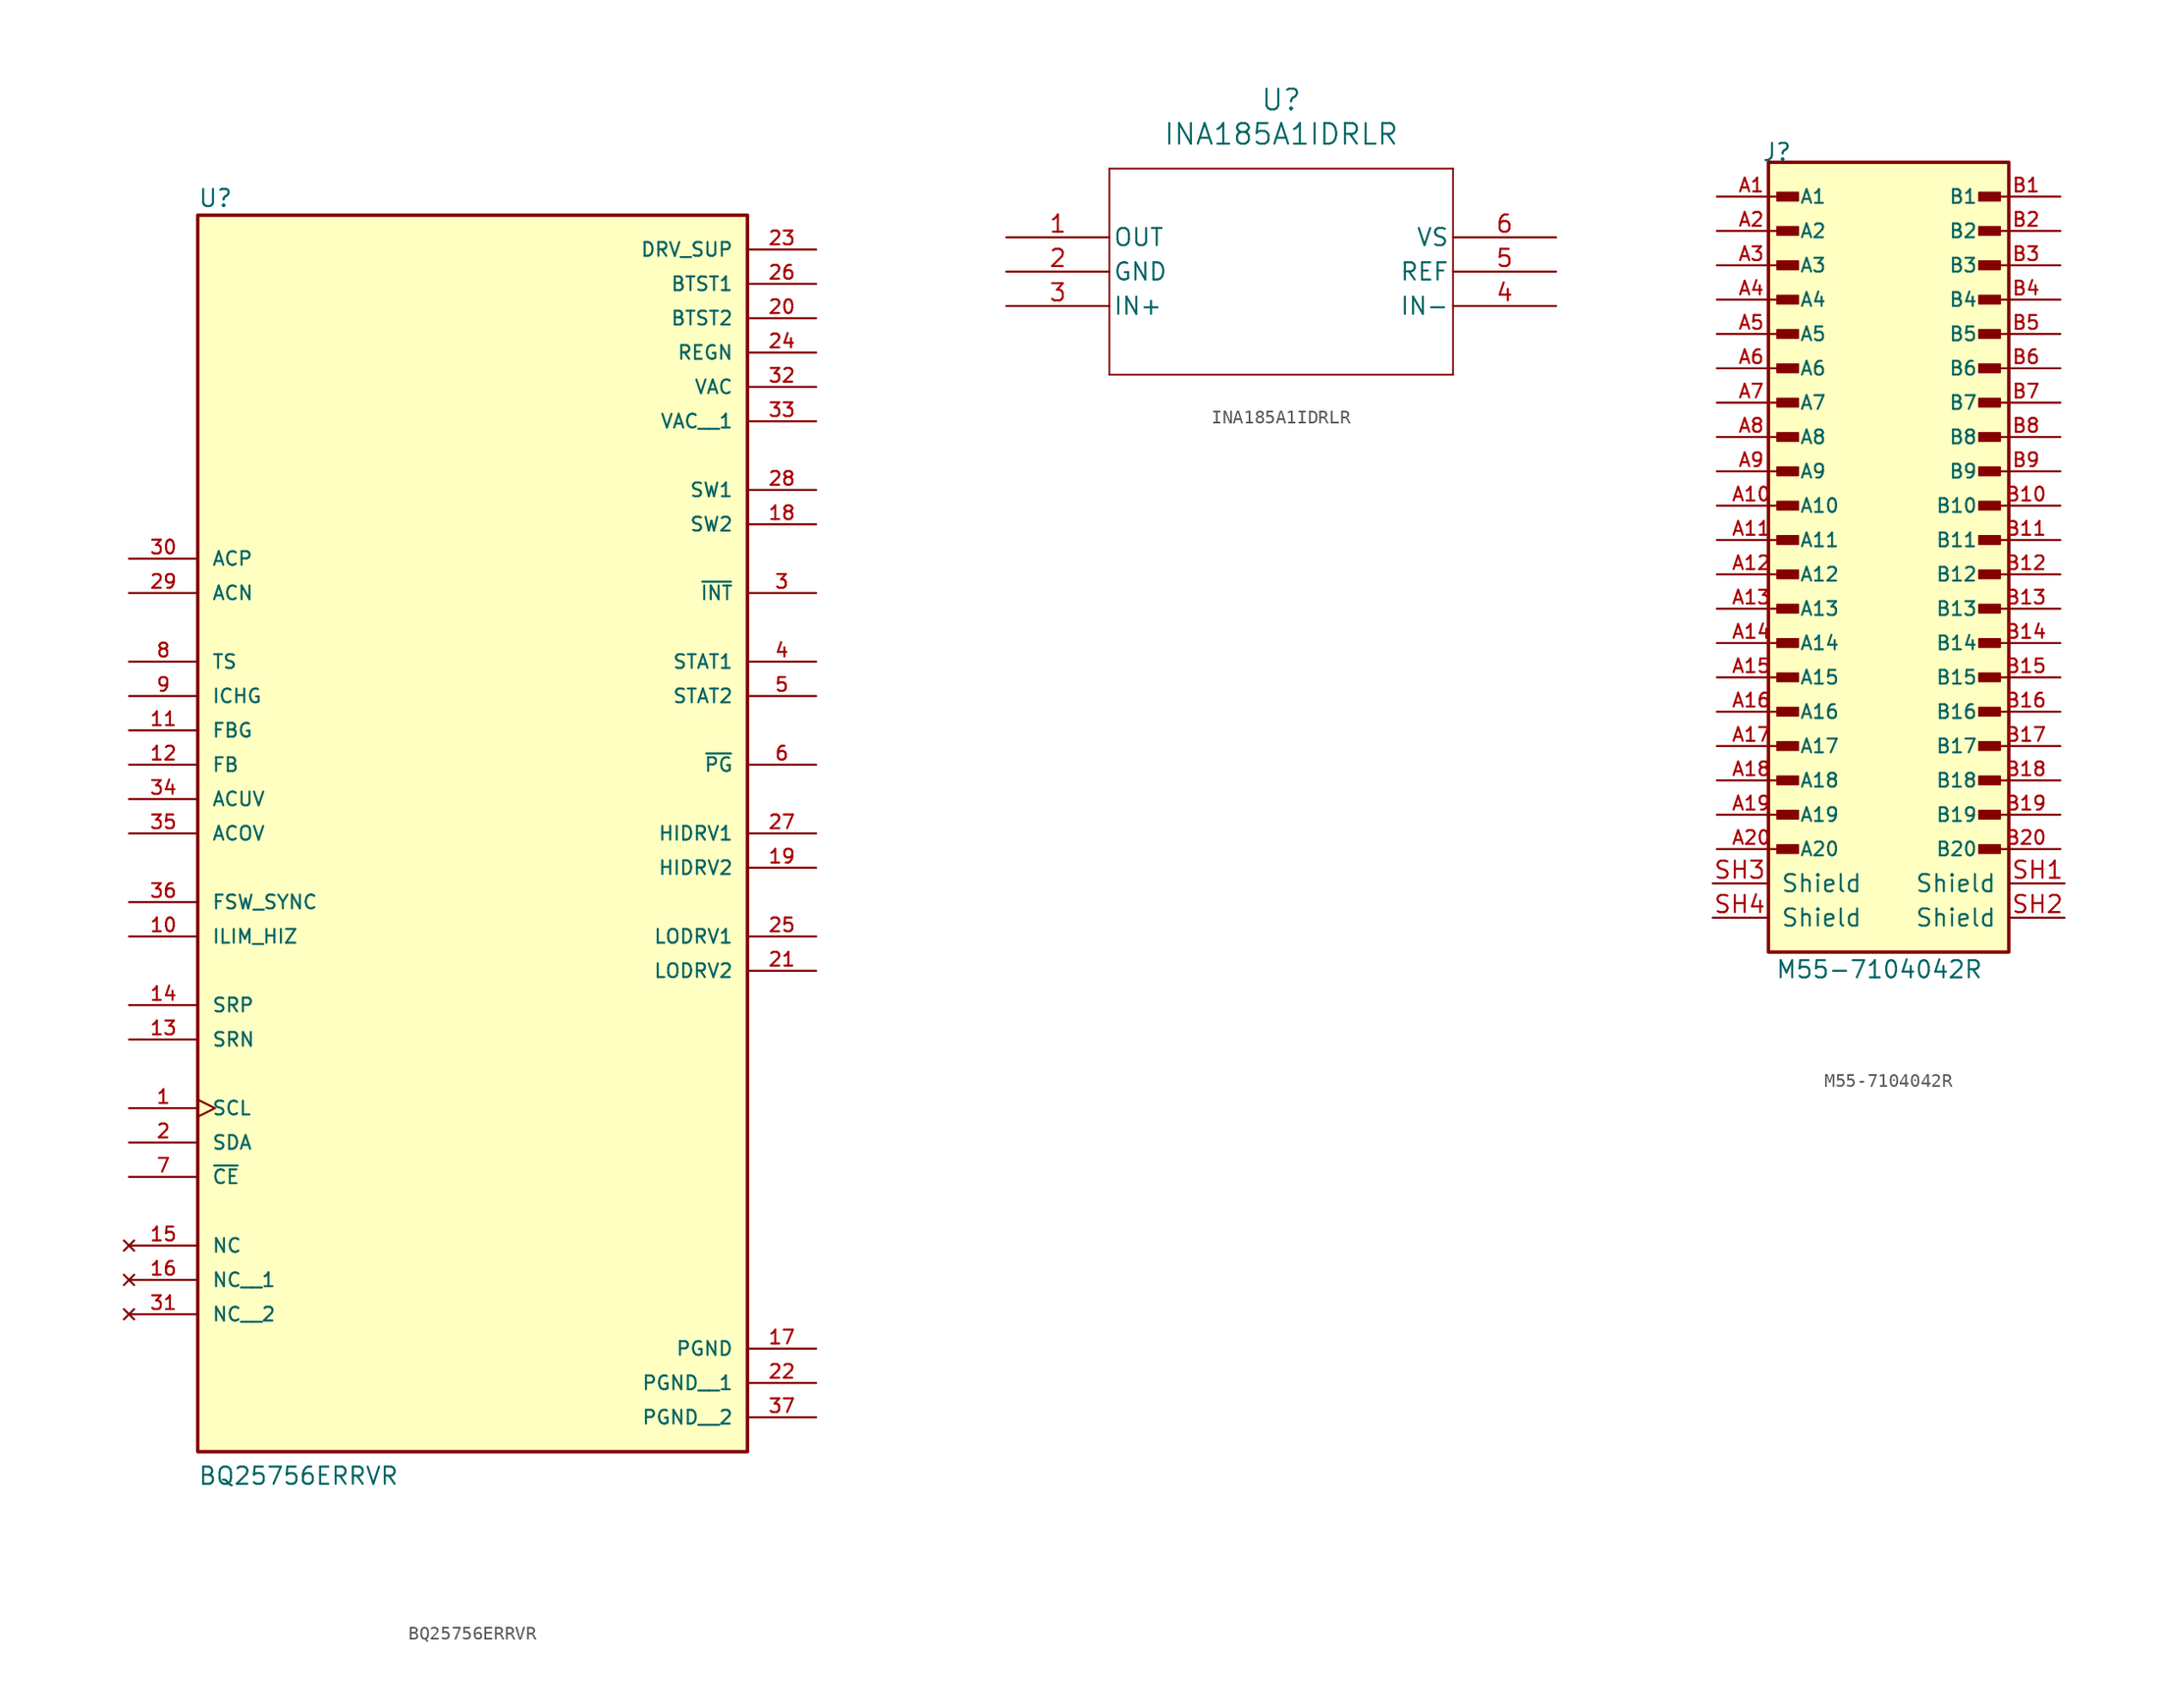
<source format=kicad_sym>
(kicad_symbol_lib
  (version 20241209)
  (generator "kicad_symbol_editor")
  (generator_version "9.0")
  (symbol "BQ25756ERRVR"
    (pin_names
      (offset 1.016))
    (property "Reference" "U"
      (at -20.32 41.148 0)
      (effects (font (size 1.27 1.27)) (justify left bottom)))
    (property "Value" "BQ25756ERRVR"
      (at -20.32 -53.34 0)
      (effects (font (size 1.27 1.27)) (justify left bottom)))
    (symbol "BQ25756ERRVR_0_0"
      (rectangle (start -20.32 -50.8) (end 20.32 40.64) (stroke (width 0.254) (type default)) (fill (type background)))
      (pin input line (at -25.4 15.24 0) (length 5.08) (name "ACP" (effects (font (size 1.016 1.016)))) (number "30" (effects (font (size 1.016 1.016)))))
      (pin input line (at -25.4 12.7 0) (length 5.08) (name "ACN" (effects (font (size 1.016 1.016)))) (number "29" (effects (font (size 1.016 1.016)))))
      (pin input line (at -25.4 7.62 0) (length 5.08) (name "TS" (effects (font (size 1.016 1.016)))) (number "8" (effects (font (size 1.016 1.016)))))
      (pin input line (at -25.4 5.08 0) (length 5.08) (name "ICHG" (effects (font (size 1.016 1.016)))) (number "9" (effects (font (size 1.016 1.016)))))
      (pin input line (at -25.4 2.54 0) (length 5.08) (name "FBG" (effects (font (size 1.016 1.016)))) (number "11" (effects (font (size 1.016 1.016)))))
      (pin input line (at -25.4 0 0) (length 5.08) (name "FB" (effects (font (size 1.016 1.016)))) (number "12" (effects (font (size 1.016 1.016)))))
      (pin input line (at -25.4 -2.54 0) (length 5.08) (name "ACUV" (effects (font (size 1.016 1.016)))) (number "34" (effects (font (size 1.016 1.016)))))
      (pin input line (at -25.4 -5.08 0) (length 5.08) (name "ACOV" (effects (font (size 1.016 1.016)))) (number "35" (effects (font (size 1.016 1.016)))))
      (pin input line (at -25.4 -10.16 0) (length 5.08) (name "FSW_SYNC" (effects (font (size 1.016 1.016)))) (number "36" (effects (font (size 1.016 1.016)))))
      (pin input line (at -25.4 -12.7 0) (length 5.08) (name "ILIM_HIZ" (effects (font (size 1.016 1.016)))) (number "10" (effects (font (size 1.016 1.016)))))
      (pin input line (at -25.4 -17.78 0) (length 5.08) (name "SRP" (effects (font (size 1.016 1.016)))) (number "14" (effects (font (size 1.016 1.016)))))
      (pin input line (at -25.4 -20.32 0) (length 5.08) (name "SRN" (effects (font (size 1.016 1.016)))) (number "13" (effects (font (size 1.016 1.016)))))
      (pin input clock (at -25.4 -25.4 0) (length 5.08) (name "SCL" (effects (font (size 1.016 1.016)))) (number "1" (effects (font (size 1.016 1.016)))))
      (pin bidirectional line (at -25.4 -27.94 0) (length 5.08) (name "SDA" (effects (font (size 1.016 1.016)))) (number "2" (effects (font (size 1.016 1.016)))))
      (pin bidirectional line (at -25.4 -30.48 0) (length 5.08) (name "~{CE}" (effects (font (size 1.016 1.016)))) (number "7" (effects (font (size 1.016 1.016)))))
      (pin no_connect line (at -25.4 -35.56 0) (length 5.08) (name "NC" (effects (font (size 1.016 1.016)))) (number "15" (effects (font (size 1.016 1.016)))))
      (pin no_connect line (at -25.4 -38.1 0) (length 5.08) (name "NC__1" (effects (font (size 1.016 1.016)))) (number "16" (effects (font (size 1.016 1.016)))))
      (pin no_connect line (at -25.4 -40.64 0) (length 5.08) (name "NC__2" (effects (font (size 1.016 1.016)))) (number "31" (effects (font (size 1.016 1.016)))))
      (pin power_in line (at 25.4 38.1 180) (length 5.08) (name "DRV_SUP" (effects (font (size 1.016 1.016)))) (number "23" (effects (font (size 1.016 1.016)))))
      (pin power_in line (at 25.4 35.56 180) (length 5.08) (name "BTST1" (effects (font (size 1.016 1.016)))) (number "26" (effects (font (size 1.016 1.016)))))
      (pin power_in line (at 25.4 33.02 180) (length 5.08) (name "BTST2" (effects (font (size 1.016 1.016)))) (number "20" (effects (font (size 1.016 1.016)))))
      (pin power_in line (at 25.4 30.48 180) (length 5.08) (name "REGN" (effects (font (size 1.016 1.016)))) (number "24" (effects (font (size 1.016 1.016)))))
      (pin power_in line (at 25.4 27.94 180) (length 5.08) (name "VAC" (effects (font (size 1.016 1.016)))) (number "32" (effects (font (size 1.016 1.016)))))
      (pin power_in line (at 25.4 25.4 180) (length 5.08) (name "VAC__1" (effects (font (size 1.016 1.016)))) (number "33" (effects (font (size 1.016 1.016)))))
      (pin power_in line (at 25.4 20.32 180) (length 5.08) (name "SW1" (effects (font (size 1.016 1.016)))) (number "28" (effects (font (size 1.016 1.016)))))
      (pin power_in line (at 25.4 17.78 180) (length 5.08) (name "SW2" (effects (font (size 1.016 1.016)))) (number "18" (effects (font (size 1.016 1.016)))))
      (pin output line (at 25.4 12.7 180) (length 5.08) (name "~{INT}" (effects (font (size 1.016 1.016)))) (number "3" (effects (font (size 1.016 1.016)))))
      (pin output line (at 25.4 7.62 180) (length 5.08) (name "STAT1" (effects (font (size 1.016 1.016)))) (number "4" (effects (font (size 1.016 1.016)))))
      (pin output line (at 25.4 5.08 180) (length 5.08) (name "STAT2" (effects (font (size 1.016 1.016)))) (number "5" (effects (font (size 1.016 1.016)))))
      (pin output line (at 25.4 0 180) (length 5.08) (name "~{PG}" (effects (font (size 1.016 1.016)))) (number "6" (effects (font (size 1.016 1.016)))))
      (pin output line (at 25.4 -5.08 180) (length 5.08) (name "HIDRV1" (effects (font (size 1.016 1.016)))) (number "27" (effects (font (size 1.016 1.016)))))
      (pin output line (at 25.4 -7.62 180) (length 5.08) (name "HIDRV2" (effects (font (size 1.016 1.016)))) (number "19" (effects (font (size 1.016 1.016)))))
      (pin output line (at 25.4 -12.7 180) (length 5.08) (name "LODRV1" (effects (font (size 1.016 1.016)))) (number "25" (effects (font (size 1.016 1.016)))))
      (pin output line (at 25.4 -15.24 180) (length 5.08) (name "LODRV2" (effects (font (size 1.016 1.016)))) (number "21" (effects (font (size 1.016 1.016)))))
      (pin power_in line (at 25.4 -43.18 180) (length 5.08) (name "PGND" (effects (font (size 1.016 1.016)))) (number "17" (effects (font (size 1.016 1.016)))))
      (pin power_in line (at 25.4 -45.72 180) (length 5.08) (name "PGND__1" (effects (font (size 1.016 1.016)))) (number "22" (effects (font (size 1.016 1.016)))))
      (pin power_in line (at 25.4 -48.26 180) (length 5.08) (name "PGND__2" (effects (font (size 1.016 1.016)))) (number "37" (effects (font (size 1.016 1.016)))))))
  (symbol "INA185A1IDRLR"
    (pin_names
      (offset 0.254))
    (property "Reference" "U"
      (at 20.32 10.16 0)
      (effects (font (size 1.524 1.524))))
    (property "Value" "INA185A1IDRLR"
      (at 20.32 7.62 0)
      (effects (font (size 1.524 1.524))))
    (property "ki_locked" ""
      (at 0 0 0)
      (effects (font (size 1.27 1.27))))
    (symbol "INA185A1IDRLR_0_1"
      (polyline (pts (xy 7.62 5.08) (xy 7.62 -10.16)) (stroke (width 0.127) (type default)) (fill (type none)))
      (polyline (pts (xy 7.62 -10.16) (xy 33.02 -10.16)) (stroke (width 0.127) (type default)) (fill (type none)))
      (polyline (pts (xy 33.02 5.08) (xy 7.62 5.08)) (stroke (width 0.127) (type default)) (fill (type none)))
      (polyline (pts (xy 33.02 -10.16) (xy 33.02 5.08)) (stroke (width 0.127) (type default)) (fill (type none)))
      (pin output line (at 0 0 0) (length 7.62) (name "OUT" (effects (font (size 1.27 1.27)))) (number "1" (effects (font (size 1.27 1.27)))))
      (pin power_out line (at 0 -2.54 0) (length 7.62) (name "GND" (effects (font (size 1.27 1.27)))) (number "2" (effects (font (size 1.27 1.27)))))
      (pin input line (at 0 -5.08 0) (length 7.62) (name "IN+" (effects (font (size 1.27 1.27)))) (number "3" (effects (font (size 1.27 1.27)))))
      (pin unspecified line (at 40.64 0 180) (length 7.62) (name "VS" (effects (font (size 1.27 1.27)))) (number "6" (effects (font (size 1.27 1.27)))))
      (pin unspecified line (at 40.64 -2.54 180) (length 7.62) (name "REF" (effects (font (size 1.27 1.27)))) (number "5" (effects (font (size 1.27 1.27)))))
      (pin unspecified line (at 40.64 -5.08 180) (length 7.62) (name "IN-" (effects (font (size 1.27 1.27)))) (number "4" (effects (font (size 1.27 1.27)))))))
  (symbol "M55-7104042R"
    (pin_names
      (offset 1.016))
    (property "Reference" "J"
      (at -9.39 27.94 0)
      (effects (font (size 1.27 1.27)) (justify left bottom)))
    (property "Value" "M55-7104042R"
      (at -8.382 -32.512 0)
      (effects (font (size 1.27 1.27)) (justify left bottom)))
    (symbol "M55-7104042R_0_0"
      (rectangle (start -8.89 27.94) (end 8.89 -30.48) (stroke (width 0.254) (type default)) (fill (type background)))
      (rectangle (start -8.255 25.082) (end -6.668 25.718) (stroke (width 0.1) (type default)) (fill (type outline)))
      (rectangle (start -8.255 22.543) (end -6.668 23.177) (stroke (width 0.1) (type default)) (fill (type outline)))
      (rectangle (start -8.255 20.003) (end -6.668 20.637) (stroke (width 0.1) (type default)) (fill (type outline)))
      (rectangle (start -8.255 17.462) (end -6.668 18.098) (stroke (width 0.1) (type default)) (fill (type outline)))
      (rectangle (start -8.255 14.922) (end -6.668 15.557) (stroke (width 0.1) (type default)) (fill (type outline)))
      (rectangle (start -8.255 12.383) (end -6.668 13.018) (stroke (width 0.1) (type default)) (fill (type outline)))
      (rectangle (start -8.255 9.842) (end -6.668 10.477) (stroke (width 0.1) (type default)) (fill (type outline)))
      (rectangle (start -8.255 7.303) (end -6.668 7.938) (stroke (width 0.1) (type default)) (fill (type outline)))
      (rectangle (start -8.255 4.763) (end -6.668 5.397) (stroke (width 0.1) (type default)) (fill (type outline)))
      (rectangle (start -8.255 2.223) (end -6.668 2.857) (stroke (width 0.1) (type default)) (fill (type outline)))
      (rectangle (start -8.255 -0.318) (end -6.668 0.318) (stroke (width 0.1) (type default)) (fill (type outline)))
      (rectangle (start -8.255 -2.857) (end -6.668 -2.223) (stroke (width 0.1) (type default)) (fill (type outline)))
      (rectangle (start -8.255 -5.397) (end -6.668 -4.763) (stroke (width 0.1) (type default)) (fill (type outline)))
      (rectangle (start -8.255 -7.938) (end -6.668 -7.303) (stroke (width 0.1) (type default)) (fill (type outline)))
      (rectangle (start -8.255 -10.477) (end -6.668 -9.842) (stroke (width 0.1) (type default)) (fill (type outline)))
      (rectangle (start -8.255 -13.018) (end -6.668 -12.383) (stroke (width 0.1) (type default)) (fill (type outline)))
      (rectangle (start -8.255 -15.557) (end -6.668 -14.922) (stroke (width 0.1) (type default)) (fill (type outline)))
      (rectangle (start -8.255 -18.098) (end -6.668 -17.462) (stroke (width 0.1) (type default)) (fill (type outline)))
      (rectangle (start -8.255 -20.637) (end -6.668 -20.003) (stroke (width 0.1) (type default)) (fill (type outline)))
      (rectangle (start -8.255 -23.177) (end -6.668 -22.543) (stroke (width 0.1) (type default)) (fill (type outline)))
      (rectangle (start 8.255 25.082) (end 6.668 25.718) (stroke (width 0.1) (type default)) (fill (type outline)))
      (rectangle (start 8.255 22.543) (end 6.668 23.177) (stroke (width 0.1) (type default)) (fill (type outline)))
      (rectangle (start 8.255 20.003) (end 6.668 20.637) (stroke (width 0.1) (type default)) (fill (type outline)))
      (rectangle (start 8.255 17.462) (end 6.668 18.098) (stroke (width 0.1) (type default)) (fill (type outline)))
      (rectangle (start 8.255 14.922) (end 6.668 15.557) (stroke (width 0.1) (type default)) (fill (type outline)))
      (rectangle (start 8.255 12.383) (end 6.668 13.018) (stroke (width 0.1) (type default)) (fill (type outline)))
      (rectangle (start 8.255 9.842) (end 6.668 10.477) (stroke (width 0.1) (type default)) (fill (type outline)))
      (rectangle (start 8.255 7.303) (end 6.668 7.938) (stroke (width 0.1) (type default)) (fill (type outline)))
      (rectangle (start 8.255 4.763) (end 6.668 5.397) (stroke (width 0.1) (type default)) (fill (type outline)))
      (rectangle (start 8.255 2.223) (end 6.668 2.857) (stroke (width 0.1) (type default)) (fill (type outline)))
      (rectangle (start 8.255 -0.318) (end 6.668 0.318) (stroke (width 0.1) (type default)) (fill (type outline)))
      (rectangle (start 8.255 -2.857) (end 6.668 -2.223) (stroke (width 0.1) (type default)) (fill (type outline)))
      (rectangle (start 8.255 -5.397) (end 6.668 -4.763) (stroke (width 0.1) (type default)) (fill (type outline)))
      (rectangle (start 8.255 -7.938) (end 6.668 -7.303) (stroke (width 0.1) (type default)) (fill (type outline)))
      (rectangle (start 8.255 -10.477) (end 6.668 -9.842) (stroke (width 0.1) (type default)) (fill (type outline)))
      (rectangle (start 8.255 -13.018) (end 6.668 -12.383) (stroke (width 0.1) (type default)) (fill (type outline)))
      (rectangle (start 8.255 -15.557) (end 6.668 -14.922) (stroke (width 0.1) (type default)) (fill (type outline)))
      (rectangle (start 8.255 -18.098) (end 6.668 -17.462) (stroke (width 0.1) (type default)) (fill (type outline)))
      (rectangle (start 8.255 -20.637) (end 6.668 -20.003) (stroke (width 0.1) (type default)) (fill (type outline)))
      (rectangle (start 8.255 -23.177) (end 6.668 -22.543) (stroke (width 0.1) (type default)) (fill (type outline)))
      (pin passive line (at -12.7 25.4 0) (length 5.08) (name "A1" (effects (font (size 1.016 1.016)))) (number "A1" (effects (font (size 1.016 1.016)))))
      (pin passive line (at -12.7 22.86 0) (length 5.08) (name "A2" (effects (font (size 1.016 1.016)))) (number "A2" (effects (font (size 1.016 1.016)))))
      (pin passive line (at -12.7 20.32 0) (length 5.08) (name "A3" (effects (font (size 1.016 1.016)))) (number "A3" (effects (font (size 1.016 1.016)))))
      (pin passive line (at -12.7 17.78 0) (length 5.08) (name "A4" (effects (font (size 1.016 1.016)))) (number "A4" (effects (font (size 1.016 1.016)))))
      (pin passive line (at -12.7 15.24 0) (length 5.08) (name "A5" (effects (font (size 1.016 1.016)))) (number "A5" (effects (font (size 1.016 1.016)))))
      (pin passive line (at -12.7 12.7 0) (length 5.08) (name "A6" (effects (font (size 1.016 1.016)))) (number "A6" (effects (font (size 1.016 1.016)))))
      (pin passive line (at -12.7 10.16 0) (length 5.08) (name "A7" (effects (font (size 1.016 1.016)))) (number "A7" (effects (font (size 1.016 1.016)))))
      (pin passive line (at -12.7 7.62 0) (length 5.08) (name "A8" (effects (font (size 1.016 1.016)))) (number "A8" (effects (font (size 1.016 1.016)))))
      (pin passive line (at -12.7 5.08 0) (length 5.08) (name "A9" (effects (font (size 1.016 1.016)))) (number "A9" (effects (font (size 1.016 1.016)))))
      (pin passive line (at -12.7 2.54 0) (length 5.08) (name "A10" (effects (font (size 1.016 1.016)))) (number "A10" (effects (font (size 1.016 1.016)))))
      (pin passive line (at -12.7 0 0) (length 5.08) (name "A11" (effects (font (size 1.016 1.016)))) (number "A11" (effects (font (size 1.016 1.016)))))
      (pin passive line (at -12.7 -2.54 0) (length 5.08) (name "A12" (effects (font (size 1.016 1.016)))) (number "A12" (effects (font (size 1.016 1.016)))))
      (pin passive line (at -12.7 -5.08 0) (length 5.08) (name "A13" (effects (font (size 1.016 1.016)))) (number "A13" (effects (font (size 1.016 1.016)))))
      (pin passive line (at -12.7 -7.62 0) (length 5.08) (name "A14" (effects (font (size 1.016 1.016)))) (number "A14" (effects (font (size 1.016 1.016)))))
      (pin passive line (at -12.7 -10.16 0) (length 5.08) (name "A15" (effects (font (size 1.016 1.016)))) (number "A15" (effects (font (size 1.016 1.016)))))
      (pin passive line (at -12.7 -12.7 0) (length 5.08) (name "A16" (effects (font (size 1.016 1.016)))) (number "A16" (effects (font (size 1.016 1.016)))))
      (pin passive line (at -12.7 -15.24 0) (length 5.08) (name "A17" (effects (font (size 1.016 1.016)))) (number "A17" (effects (font (size 1.016 1.016)))))
      (pin passive line (at -12.7 -17.78 0) (length 5.08) (name "A18" (effects (font (size 1.016 1.016)))) (number "A18" (effects (font (size 1.016 1.016)))))
      (pin passive line (at -12.7 -20.32 0) (length 5.08) (name "A19" (effects (font (size 1.016 1.016)))) (number "A19" (effects (font (size 1.016 1.016)))))
      (pin passive line (at -12.7 -22.86 0) (length 5.08) (name "A20" (effects (font (size 1.016 1.016)))) (number "A20" (effects (font (size 1.016 1.016)))))
      (pin passive line (at 12.7 25.4 180) (length 5.08) (name "B1" (effects (font (size 1.016 1.016)))) (number "B1" (effects (font (size 1.016 1.016)))))
      (pin passive line (at 12.7 22.86 180) (length 5.08) (name "B2" (effects (font (size 1.016 1.016)))) (number "B2" (effects (font (size 1.016 1.016)))))
      (pin passive line (at 12.7 20.32 180) (length 5.08) (name "B3" (effects (font (size 1.016 1.016)))) (number "B3" (effects (font (size 1.016 1.016)))))
      (pin passive line (at 12.7 17.78 180) (length 5.08) (name "B4" (effects (font (size 1.016 1.016)))) (number "B4" (effects (font (size 1.016 1.016)))))
      (pin passive line (at 12.7 15.24 180) (length 5.08) (name "B5" (effects (font (size 1.016 1.016)))) (number "B5" (effects (font (size 1.016 1.016)))))
      (pin passive line (at 12.7 12.7 180) (length 5.08) (name "B6" (effects (font (size 1.016 1.016)))) (number "B6" (effects (font (size 1.016 1.016)))))
      (pin passive line (at 12.7 10.16 180) (length 5.08) (name "B7" (effects (font (size 1.016 1.016)))) (number "B7" (effects (font (size 1.016 1.016)))))
      (pin passive line (at 12.7 7.62 180) (length 5.08) (name "B8" (effects (font (size 1.016 1.016)))) (number "B8" (effects (font (size 1.016 1.016)))))
      (pin passive line (at 12.7 5.08 180) (length 5.08) (name "B9" (effects (font (size 1.016 1.016)))) (number "B9" (effects (font (size 1.016 1.016)))))
      (pin passive line (at 12.7 2.54 180) (length 5.08) (name "B10" (effects (font (size 1.016 1.016)))) (number "B10" (effects (font (size 1.016 1.016)))))
      (pin passive line (at 12.7 0 180) (length 5.08) (name "B11" (effects (font (size 1.016 1.016)))) (number "B11" (effects (font (size 1.016 1.016)))))
      (pin passive line (at 12.7 -2.54 180) (length 5.08) (name "B12" (effects (font (size 1.016 1.016)))) (number "B12" (effects (font (size 1.016 1.016)))))
      (pin passive line (at 12.7 -5.08 180) (length 5.08) (name "B13" (effects (font (size 1.016 1.016)))) (number "B13" (effects (font (size 1.016 1.016)))))
      (pin passive line (at 12.7 -7.62 180) (length 5.08) (name "B14" (effects (font (size 1.016 1.016)))) (number "B14" (effects (font (size 1.016 1.016)))))
      (pin passive line (at 12.7 -10.16 180) (length 5.08) (name "B15" (effects (font (size 1.016 1.016)))) (number "B15" (effects (font (size 1.016 1.016)))))
      (pin passive line (at 12.7 -12.7 180) (length 5.08) (name "B16" (effects (font (size 1.016 1.016)))) (number "B16" (effects (font (size 1.016 1.016)))))
      (pin passive line (at 12.7 -15.24 180) (length 5.08) (name "B17" (effects (font (size 1.016 1.016)))) (number "B17" (effects (font (size 1.016 1.016)))))
      (pin passive line (at 12.7 -17.78 180) (length 5.08) (name "B18" (effects (font (size 1.016 1.016)))) (number "B18" (effects (font (size 1.016 1.016)))))
      (pin passive line (at 12.7 -20.32 180) (length 5.08) (name "B19" (effects (font (size 1.016 1.016)))) (number "B19" (effects (font (size 1.016 1.016)))))
      (pin passive line (at 12.7 -22.86 180) (length 5.08) (name "B20" (effects (font (size 1.016 1.016)))) (number "B20" (effects (font (size 1.016 1.016))))))
    (symbol "M55-7104042R_1_1"
      (pin bidirectional line (at -13.01 -25.4 0) (length 4) (name "Shield" (effects (font (size 1.27 1.27)))) (number "SH3" (effects (font (size 1.27 1.27)))))
      (pin bidirectional line (at -13.01 -27.94 0) (length 4) (name "Shield" (effects (font (size 1.27 1.27)))) (number "SH4" (effects (font (size 1.27 1.27)))))
      (pin bidirectional line (at 13.01 -25.4 180) (length 4) (name "Shield" (effects (font (size 1.27 1.27)))) (number "SH1" (effects (font (size 1.27 1.27)))))
      (pin bidirectional line (at 13.01 -27.94 180) (length 4) (name "Shield" (effects (font (size 1.27 1.27)))) (number "SH2" (effects (font (size 1.27 1.27))))))))
</source>
